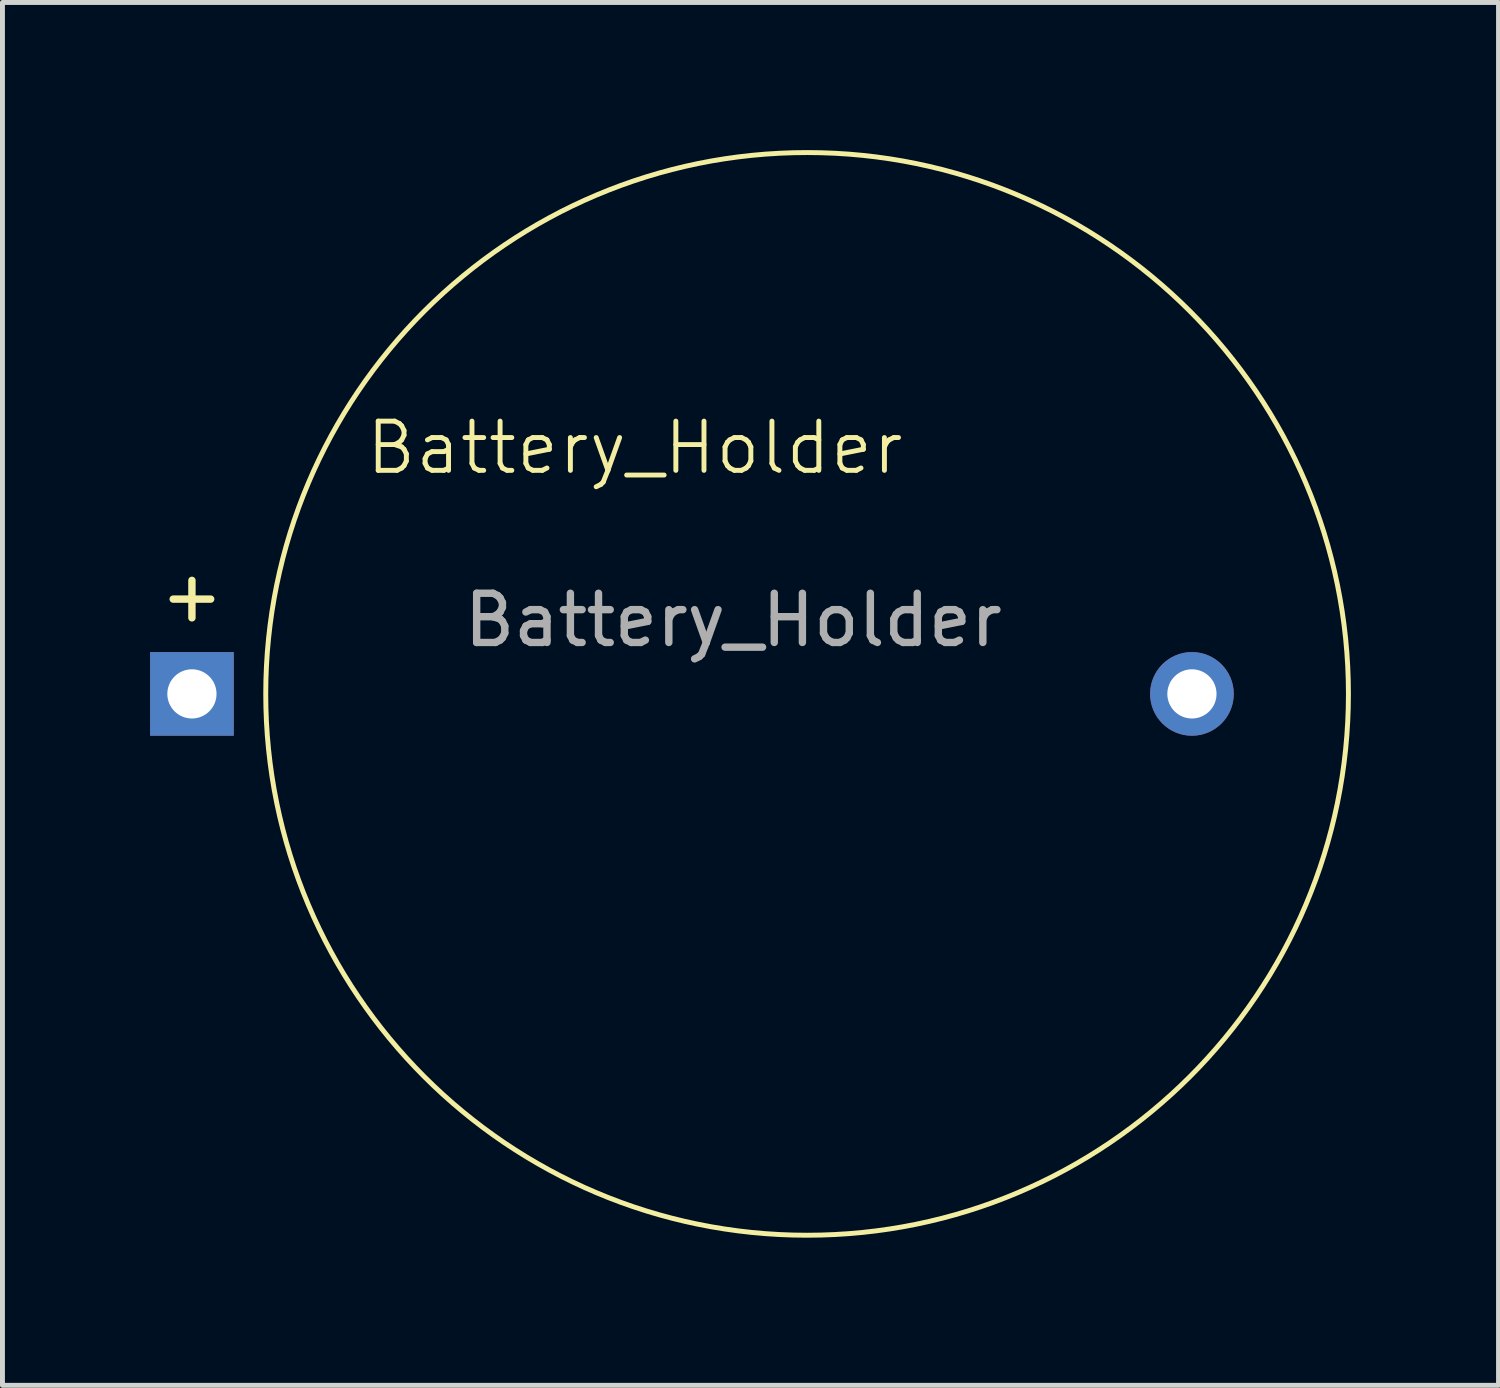
<source format=kicad_pcb>
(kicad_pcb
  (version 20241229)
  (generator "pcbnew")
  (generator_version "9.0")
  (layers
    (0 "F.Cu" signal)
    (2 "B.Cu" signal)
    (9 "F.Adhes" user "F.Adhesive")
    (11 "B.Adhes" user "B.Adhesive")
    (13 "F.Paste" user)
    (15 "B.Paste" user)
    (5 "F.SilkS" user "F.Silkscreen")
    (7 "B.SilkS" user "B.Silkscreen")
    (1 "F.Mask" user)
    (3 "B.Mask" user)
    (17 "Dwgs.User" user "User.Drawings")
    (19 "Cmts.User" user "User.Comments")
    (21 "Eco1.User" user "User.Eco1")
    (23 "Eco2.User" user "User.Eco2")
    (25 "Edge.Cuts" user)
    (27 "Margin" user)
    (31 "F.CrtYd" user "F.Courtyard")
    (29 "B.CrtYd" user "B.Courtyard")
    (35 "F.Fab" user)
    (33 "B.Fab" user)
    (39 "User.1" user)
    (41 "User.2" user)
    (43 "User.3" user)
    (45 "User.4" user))
  (footprint "Battery_Holder"
    (layer "F.Cu")
    (at 0.85 11.05)
    (property "Reference" "Battery_Holder" (at 9 -5 0) (unlocked yes) (layer "F.SilkS") (effects (font (size 1 1) (thickness 0.1))))
    (attr through_hole)
    (fp_circle (center 12.5 0) (end 23.5 0) (stroke (width 0.1) (type default)) (fill no) (layer "F.SilkS"))
    (fp_text user "+" (at 0 -2 0) (layer "F.SilkS") (effects (font (size 1 1) (thickness 0.15))))
    (fp_text user "${REFERENCE}" (at 11 -1.5 0) (unlocked yes) (layer "F.Fab") (effects (font (size 1 1) (thickness 0.15))))
    (pad "1" thru_hole rect (at 0 0 90) (size 1.7 1.7) (drill 1) (layers "*.Cu" "*.Mask"))
    (pad "2" thru_hole oval (at 20.32 0 90) (size 1.7 1.7) (drill 1) (layers "*.Cu" "*.Mask")))
  (gr_rect
    (start -3 -3)
    (end 27.4 25.1)
    (stroke (width 0.1) (type default))
    (fill no)
    (layer "Edge.Cuts")))
</source>
